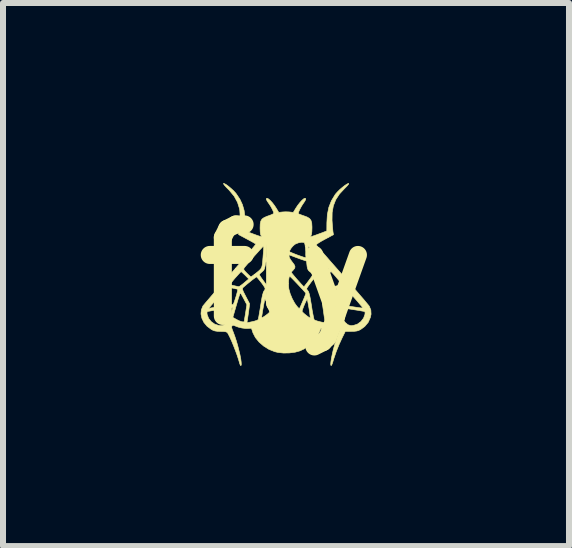
<source format=kicad_pcb>
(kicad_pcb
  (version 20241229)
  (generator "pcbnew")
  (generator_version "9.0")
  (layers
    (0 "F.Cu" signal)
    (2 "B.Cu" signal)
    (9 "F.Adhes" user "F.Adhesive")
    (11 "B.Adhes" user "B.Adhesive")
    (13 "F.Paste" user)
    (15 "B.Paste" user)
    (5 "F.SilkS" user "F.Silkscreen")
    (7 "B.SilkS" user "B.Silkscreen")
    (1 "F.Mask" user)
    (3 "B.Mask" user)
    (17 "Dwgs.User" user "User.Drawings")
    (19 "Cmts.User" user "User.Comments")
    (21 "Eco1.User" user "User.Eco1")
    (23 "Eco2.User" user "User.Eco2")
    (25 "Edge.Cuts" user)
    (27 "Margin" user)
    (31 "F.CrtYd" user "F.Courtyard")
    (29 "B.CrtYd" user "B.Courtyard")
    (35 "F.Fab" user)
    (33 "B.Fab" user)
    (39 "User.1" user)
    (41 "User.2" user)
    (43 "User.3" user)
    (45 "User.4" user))
  (footprint "fly"
    (layer "F.Cu")
    (at 1.713 1.522)
    (property "Reference" "fly" (at 0 0 0) (layer "F.SilkS") (effects (font (size 1.524 1.524) (thickness 0.3))))
    (attr through_hole)
    (fp_poly (pts (xy -1.025 -1.514) (xy -0.995 -1.497) (xy -0.957 -1.469) (xy -0.916 -1.434) (xy -0.875 -1.397) (xy -0.841 -1.36) (xy -0.828 -1.344) (xy -0.768 -1.254) (xy -0.726 -1.164) (xy -0.698 -1.067) (xy -0.684 -0.958) (xy -0.68 -0.868) (xy -0.679 -0.726) (xy -0.546 -0.676) (xy -0.481 -0.652) (xy -0.438 -0.638) (xy -0.413 -0.632) (xy -0.406 -0.636) (xy -0.414 -0.648) (xy -0.417 -0.65) (xy -0.425 -0.672) (xy -0.43 -0.714) (xy -0.432 -0.773) (xy -0.432 -0.776) (xy -0.43 -0.843) (xy -0.42 -0.89) (xy -0.4 -0.924) (xy -0.365 -0.949) (xy -0.312 -0.972) (xy -0.293 -0.978) (xy -0.25 -0.994) (xy -0.218 -1.009) (xy -0.204 -1.018) (xy -0.203 -1.019) (xy -0.21 -1.046) (xy -0.228 -1.086) (xy -0.253 -1.133) (xy -0.282 -1.178) (xy -0.286 -1.183) (xy -0.315 -1.226) (xy -0.328 -1.253) (xy -0.326 -1.267) (xy -0.314 -1.27) (xy -0.293 -1.26) (xy -0.262 -1.233) (xy -0.227 -1.195) (xy -0.192 -1.149) (xy -0.163 -1.105) (xy -0.121 -1.035) (xy -0.06 -1.042) (xy -0.007 -1.045) (xy 0.048 -1.043) (xy 0.06 -1.042) (xy 0.121 -1.035) (xy 0.163 -1.105) (xy 0.195 -1.153) (xy 0.231 -1.199) (xy 0.266 -1.237) (xy 0.295 -1.262) (xy 0.314 -1.27) (xy 0.328 -1.265) (xy 0.327 -1.249) (xy 0.31 -1.218) (xy 0.287 -1.184) (xy 0.26 -1.143) (xy 0.235 -1.097) (xy 0.215 -1.055) (xy 0.204 -1.024) (xy 0.203 -1.017) (xy 0.214 -1.009) (xy 0.244 -0.997) (xy 0.285 -0.982) (xy 0.292 -0.98) (xy 0.351 -0.958) (xy 0.391 -0.934) (xy 0.415 -0.903) (xy 0.428 -0.859) (xy 0.432 -0.796) (xy 0.432 -0.776) (xy 0.43 -0.716) (xy 0.425 -0.673) (xy 0.417 -0.651) (xy 0.417 -0.65) (xy 0.406 -0.637) (xy 0.411 -0.632) (xy 0.432 -0.636) (xy 0.472 -0.649) (xy 0.533 -0.671) (xy 0.546 -0.676) (xy 0.679 -0.726) (xy 0.68 -0.861) (xy 0.688 -0.999) (xy 0.713 -1.12) (xy 0.756 -1.229) (xy 0.817 -1.33) (xy 0.825 -1.341) (xy 0.856 -1.376) (xy 0.894 -1.414) (xy 0.937 -1.451) (xy 0.978 -1.483) (xy 1.013 -1.506) (xy 1.037 -1.517) (xy 1.044 -1.516) (xy 1.041 -1.505) (xy 1.022 -1.481) (xy 0.991 -1.449) (xy 0.973 -1.431) (xy 0.889 -1.341) (xy 0.828 -1.247) (xy 0.788 -1.145) (xy 0.768 -1.032) (xy 0.766 -0.903) (xy 0.767 -0.891) (xy 0.771 -0.829) (xy 0.776 -0.772) (xy 0.78 -0.728) (xy 0.782 -0.71) (xy 0.79 -0.664) (xy 0.642 -0.585) (xy 0.586 -0.554) (xy 0.542 -0.527) (xy 0.513 -0.506) (xy 0.502 -0.494) (xy 0.503 -0.494) (xy 0.512 -0.482) (xy 0.537 -0.453) (xy 0.576 -0.408) (xy 0.626 -0.35) (xy 0.687 -0.281) (xy 0.756 -0.201) (xy 0.833 -0.114) (xy 0.915 -0.021) (xy 0.937 0.004) (xy 1.02 0.1) (xy 1.099 0.19) (xy 1.172 0.274) (xy 1.237 0.35) (xy 1.293 0.414) (xy 1.336 0.466) (xy 1.367 0.503) (xy 1.383 0.523) (xy 1.385 0.525) (xy 1.412 0.59) (xy 1.416 0.66) (xy 1.404 0.715) (xy 1.368 0.796) (xy 1.31 0.865) (xy 1.247 0.911) (xy 1.212 0.93) (xy 1.178 0.94) (xy 1.137 0.945) (xy 1.087 0.946) (xy 0.987 0.947) (xy 0.934 1.054) (xy 0.884 1.163) (xy 0.836 1.282) (xy 0.796 1.399) (xy 0.78 1.452) (xy 0.768 1.489) (xy 0.756 1.512) (xy 0.749 1.516) (xy 0.744 1.495) (xy 0.747 1.455) (xy 0.755 1.399) (xy 0.769 1.33) (xy 0.786 1.254) (xy 0.808 1.175) (xy 0.831 1.095) (xy 0.856 1.02) (xy 0.872 0.978) (xy 0.892 0.925) (xy 0.902 0.89) (xy 0.905 0.869) (xy 0.899 0.856) (xy 0.898 0.854) (xy 0.881 0.844) (xy 0.86 0.849) (xy 0.844 0.857) (xy 0.794 0.876) (xy 0.733 0.89) (xy 0.672 0.898) (xy 0.623 0.897) (xy 0.595 0.894) (xy 0.579 0.9) (xy 0.568 0.922) (xy 0.561 0.943) (xy 0.523 1.028) (xy 0.464 1.108) (xy 0.388 1.18) (xy 0.299 1.239) (xy 0.231 1.271) (xy 0.151 1.293) (xy 0.057 1.305) (xy -0.041 1.307) (xy -0.134 1.297) (xy -0.188 1.284) (xy -0.284 1.246) (xy -0.372 1.191) (xy -0.448 1.125) (xy -0.509 1.051) (xy -0.55 0.972) (xy -0.558 0.948) (xy -0.569 0.913) (xy -0.58 0.896) (xy -0.598 0.894) (xy -0.622 0.897) (xy -0.672 0.898) (xy -0.734 0.89) (xy -0.796 0.875) (xy -0.844 0.857) (xy -0.872 0.845) (xy -0.889 0.847) (xy -0.898 0.854) (xy -0.905 0.867) (xy -0.905 0.886) (xy -0.895 0.917) (xy -0.876 0.966) (xy -0.852 1.031) (xy -0.828 1.104) (xy -0.805 1.182) (xy -0.785 1.261) (xy -0.767 1.336) (xy -0.754 1.403) (xy -0.747 1.458) (xy -0.745 1.498) (xy -0.75 1.516) (xy -0.759 1.512) (xy -0.769 1.489) (xy -0.774 1.472) (xy -0.792 1.411) (xy -0.816 1.338) (xy -0.845 1.259) (xy -0.876 1.18) (xy -0.907 1.105) (xy -0.937 1.04) (xy -0.962 0.991) (xy -0.973 0.972) (xy -0.986 0.96) (xy -1.007 0.952) (xy -1.041 0.948) (xy -1.089 0.947) (xy -1.144 0.945) (xy -1.184 0.939) (xy -1.218 0.927) (xy -1.247 0.911) (xy -1.315 0.86) (xy -1.367 0.798) (xy -1.401 0.728) (xy -1.416 0.657) (xy -1.414 0.629) (xy -1.317 0.629) (xy -1.315 0.659) (xy -1.314 0.664) (xy -1.289 0.73) (xy -1.244 0.786) (xy -1.185 0.827) (xy -1.118 0.848) (xy -1.087 0.851) (xy -1.053 0.847) (xy -1.026 0.834) (xy -0.995 0.805) (xy -0.991 0.801) (xy -0.958 0.756) (xy -0.938 0.713) (xy -0.886 0.713) (xy -0.821 0.75) (xy -0.78 0.77) (xy -0.742 0.784) (xy -0.712 0.789) (xy -0.698 0.785) (xy -0.698 0.784) (xy -0.695 0.771) (xy -0.69 0.738) (xy -0.682 0.691) (xy -0.674 0.641) (xy -0.652 0.502) (xy -0.704 0.403) (xy -0.728 0.359) (xy -0.747 0.325) (xy -0.76 0.307) (xy -0.762 0.305) (xy -0.767 0.317) (xy -0.778 0.349) (xy -0.794 0.397) (xy -0.812 0.458) (xy -0.827 0.509) (xy -0.886 0.713) (xy -0.938 0.713) (xy -0.931 0.698) (xy -0.917 0.653) (xy -0.904 0.608) (xy -0.895 0.572) (xy -0.891 0.554) (xy -0.892 0.552) (xy -0.905 0.553) (xy -0.938 0.557) (xy -0.986 0.563) (xy -1.044 0.572) (xy -1.106 0.581) (xy -1.167 0.591) (xy -1.223 0.6) (xy -1.268 0.608) (xy -1.297 0.613) (xy -1.305 0.615) (xy -1.317 0.629) (xy -1.414 0.629) (xy -1.41 0.586) (xy -1.4 0.563) (xy -1.288 0.563) (xy -1.244 0.555) (xy -1.214 0.55) (xy -1.166 0.543) (xy -1.106 0.534) (xy -1.045 0.526) (xy -0.985 0.517) (xy -0.934 0.508) (xy -0.897 0.501) (xy -0.88 0.497) (xy -0.88 0.497) (xy -0.872 0.482) (xy -0.86 0.45) (xy -0.846 0.407) (xy -0.831 0.36) (xy -0.818 0.313) (xy -0.808 0.275) (xy -0.803 0.251) (xy -0.804 0.246) (xy -0.818 0.241) (xy -0.85 0.234) (xy -0.859 0.232) (xy -0.726 0.232) (xy -0.723 0.252) (xy -0.711 0.284) (xy -0.687 0.331) (xy -0.671 0.362) (xy -0.606 0.487) (xy -0.62 0.596) (xy -0.628 0.653) (xy -0.636 0.706) (xy -0.642 0.747) (xy -0.643 0.754) (xy -0.651 0.803) (xy -0.608 0.794) (xy -0.565 0.785) (xy -0.519 0.774) (xy -0.518 0.773) (xy -0.486 0.763) (xy -0.466 0.752) (xy -0.464 0.75) (xy -0.46 0.735) (xy -0.456 0.716) (xy -0.406 0.716) (xy -0.397 0.717) (xy -0.373 0.704) (xy -0.339 0.681) (xy -0.301 0.652) (xy -0.277 0.629) (xy -0.269 0.612) (xy 0.267 0.612) (xy 0.276 0.626) (xy 0.299 0.648) (xy 0.329 0.673) (xy 0.36 0.697) (xy 0.386 0.715) (xy 0.401 0.72) (xy 0.402 0.72) (xy 0.402 0.706) (xy 0.398 0.672) (xy 0.392 0.624) (xy 0.383 0.566) (xy 0.373 0.508) (xy 0.364 0.459) (xy 0.357 0.425) (xy 0.352 0.412) (xy 0.345 0.419) (xy 0.332 0.444) (xy 0.315 0.481) (xy 0.297 0.522) (xy 0.282 0.562) (xy 0.271 0.594) (xy 0.267 0.612) (xy -0.269 0.612) (xy -0.267 0.608) (xy -0.267 0.606) (xy -0.271 0.587) (xy -0.283 0.554) (xy -0.299 0.514) (xy -0.317 0.474) (xy -0.334 0.439) (xy -0.347 0.417) (xy -0.353 0.412) (xy -0.357 0.426) (xy -0.363 0.458) (xy -0.372 0.504) (xy -0.381 0.556) (xy -0.391 0.61) (xy -0.398 0.658) (xy -0.404 0.696) (xy -0.406 0.716) (xy -0.456 0.716) (xy -0.453 0.698) (xy -0.444 0.646) (xy -0.433 0.581) (xy -0.425 0.532) (xy -0.412 0.448) (xy -0.401 0.385) (xy -0.391 0.339) (xy -0.381 0.306) (xy -0.328 0.306) (xy -0.325 0.322) (xy -0.314 0.356) (xy -0.296 0.403) (xy -0.278 0.447) (xy -0.223 0.575) (xy -0.181 0.526) (xy -0.152 0.487) (xy -0.121 0.437) (xy -0.101 0.399) (xy -0.059 0.29) (xy -0.041 0.185) (xy -0.042 0.149) (xy 0.042 0.149) (xy 0.043 0.197) (xy 0.047 0.238) (xy 0.048 0.243) (xy 0.069 0.319) (xy 0.103 0.401) (xy 0.144 0.476) (xy 0.179 0.525) (xy 0.202 0.551) (xy 0.219 0.567) (xy 0.223 0.569) (xy 0.229 0.556) (xy 0.243 0.526) (xy 0.262 0.482) (xy 0.278 0.445) (xy 0.3 0.394) (xy 0.317 0.351) (xy 0.328 0.322) (xy 0.33 0.313) (xy 0.322 0.301) (xy 0.3 0.275) (xy 0.267 0.238) (xy 0.265 0.237) (xy 0.343 0.237) (xy 0.35 0.252) (xy 0.366 0.272) (xy 0.377 0.291) (xy 0.388 0.326) (xy 0.4 0.38) (xy 0.413 0.454) (xy 0.424 0.52) (xy 0.435 0.593) (xy 0.447 0.657) (xy 0.457 0.708) (xy 0.465 0.742) (xy 0.469 0.754) (xy 0.487 0.762) (xy 0.521 0.774) (xy 0.562 0.785) (xy 0.602 0.794) (xy 0.633 0.799) (xy 0.633 0.799) (xy 0.644 0.793) (xy 0.646 0.77) (xy 0.644 0.752) (xy 0.638 0.717) (xy 0.631 0.667) (xy 0.623 0.61) (xy 0.621 0.596) (xy 0.606 0.491) (xy 0.655 0.491) (xy 0.671 0.612) (xy 0.681 0.682) (xy 0.688 0.73) (xy 0.696 0.761) (xy 0.704 0.778) (xy 0.715 0.786) (xy 0.728 0.787) (xy 0.729 0.787) (xy 0.754 0.781) (xy 0.792 0.765) (xy 0.821 0.75) (xy 0.886 0.712) (xy 0.84 0.551) (xy 0.893 0.551) (xy 0.895 0.564) (xy 0.902 0.595) (xy 0.913 0.638) (xy 0.917 0.652) (xy 0.947 0.734) (xy 0.984 0.796) (xy 1.029 0.835) (xy 1.079 0.851) (xy 1.086 0.851) (xy 1.128 0.845) (xy 1.176 0.83) (xy 1.191 0.824) (xy 1.247 0.783) (xy 1.291 0.726) (xy 1.314 0.664) (xy 1.317 0.631) (xy 1.307 0.616) (xy 1.305 0.615) (xy 1.287 0.611) (xy 1.251 0.605) (xy 1.201 0.596) (xy 1.142 0.587) (xy 1.08 0.577) (xy 1.019 0.568) (xy 0.965 0.56) (xy 0.923 0.554) (xy 0.898 0.551) (xy 0.893 0.551) (xy 0.84 0.551) (xy 0.827 0.509) (xy 0.807 0.441) (xy 0.79 0.383) (xy 0.775 0.339) (xy 0.765 0.311) (xy 0.762 0.305) (xy 0.753 0.315) (xy 0.736 0.343) (xy 0.714 0.383) (xy 0.705 0.398) (xy 0.655 0.491) (xy 0.606 0.491) (xy 0.605 0.487) (xy 0.671 0.362) (xy 0.697 0.312) (xy 0.719 0.271) (xy 0.731 0.246) (xy 0.803 0.246) (xy 0.804 0.26) (xy 0.812 0.292) (xy 0.824 0.334) (xy 0.838 0.381) (xy 0.853 0.427) (xy 0.866 0.464) (xy 0.876 0.486) (xy 0.878 0.489) (xy 0.894 0.495) (xy 0.931 0.504) (xy 0.983 0.515) (xy 1.045 0.526) (xy 1.064 0.529) (xy 1.145 0.541) (xy 1.203 0.55) (xy 1.242 0.555) (xy 1.265 0.556) (xy 1.273 0.552) (xy 1.271 0.543) (xy 1.261 0.53) (xy 1.25 0.518) (xy 1.185 0.441) (xy 1.124 0.372) (xy 1.07 0.312) (xy 1.024 0.265) (xy 0.99 0.233) (xy 0.969 0.217) (xy 0.965 0.216) (xy 0.94 0.218) (xy 0.904 0.224) (xy 0.863 0.231) (xy 0.828 0.239) (xy 0.806 0.245) (xy 0.803 0.246) (xy 0.731 0.246) (xy 0.732 0.243) (xy 0.737 0.234) (xy 0.727 0.224) (xy 0.703 0.203) (xy 0.667 0.173) (xy 0.626 0.14) (xy 0.583 0.106) (xy 0.544 0.075) (xy 0.541 0.073) (xy 0.621 0.073) (xy 0.699 0.138) (xy 0.743 0.172) (xy 0.777 0.193) (xy 0.798 0.198) (xy 0.798 0.198) (xy 0.824 0.192) (xy 0.861 0.185) (xy 0.87 0.183) (xy 0.904 0.176) (xy 0.928 0.17) (xy 0.931 0.169) (xy 0.926 0.158) (xy 0.908 0.134) (xy 0.882 0.099) (xy 0.85 0.061) (xy 0.817 0.022) (xy 0.786 -0.013) (xy 0.763 -0.037) (xy 0.75 -0.048) (xy 0.738 -0.041) (xy 0.714 -0.02) (xy 0.682 0.01) (xy 0.681 0.011) (xy 0.621 0.073) (xy 0.541 0.073) (xy 0.513 0.052) (xy 0.495 0.039) (xy 0.492 0.038) (xy 0.481 0.048) (xy 0.46 0.072) (xy 0.432 0.107) (xy 0.403 0.146) (xy 0.375 0.184) (xy 0.354 0.215) (xy 0.343 0.234) (xy 0.343 0.237) (xy 0.265 0.237) (xy 0.227 0.196) (xy 0.185 0.151) (xy 0.144 0.108) (xy 0.107 0.07) (xy 0.079 0.043) (xy 0.063 0.029) (xy 0.061 0.028) (xy 0.054 0.036) (xy 0.048 0.063) (xy 0.043 0.103) (xy 0.042 0.149) (xy -0.042 0.149) (xy -0.043 0.11) (xy -0.048 0.069) (xy -0.053 0.039) (xy -0.056 0.029) (xy -0.066 0.036) (xy -0.089 0.057) (xy -0.123 0.09) (xy -0.163 0.129) (xy -0.205 0.172) (xy -0.246 0.215) (xy -0.283 0.254) (xy -0.311 0.284) (xy -0.326 0.303) (xy -0.328 0.306) (xy -0.381 0.306) (xy -0.381 0.305) (xy -0.371 0.28) (xy -0.358 0.259) (xy -0.353 0.252) (xy -0.348 0.239) (xy -0.352 0.221) (xy -0.368 0.194) (xy -0.396 0.153) (xy -0.411 0.134) (xy -0.443 0.093) (xy -0.47 0.06) (xy -0.488 0.041) (xy -0.493 0.038) (xy -0.505 0.046) (xy -0.532 0.066) (xy -0.569 0.094) (xy -0.611 0.128) (xy -0.653 0.162) (xy -0.689 0.193) (xy -0.717 0.217) (xy -0.721 0.221) (xy -0.726 0.232) (xy -0.859 0.232) (xy -0.889 0.226) (xy -0.928 0.22) (xy -0.958 0.216) (xy -0.965 0.216) (xy -0.981 0.225) (xy -1.011 0.253) (xy -1.053 0.296) (xy -1.106 0.352) (xy -1.167 0.421) (xy -1.234 0.499) (xy -1.257 0.526) (xy -1.288 0.563) (xy -1.4 0.563) (xy -1.385 0.525) (xy -1.372 0.509) (xy -1.344 0.475) (xy -1.303 0.427) (xy -1.25 0.365) (xy -1.187 0.292) (xy -1.115 0.209) (xy -1.079 0.167) (xy -0.928 0.167) (xy -0.925 0.171) (xy -0.905 0.176) (xy -0.869 0.184) (xy -0.83 0.193) (xy -0.797 0.2) (xy -0.785 0.202) (xy -0.772 0.195) (xy -0.744 0.175) (xy -0.708 0.147) (xy -0.698 0.138) (xy -0.62 0.073) (xy -0.681 0.011) (xy -0.713 -0.019) (xy -0.737 -0.041) (xy -0.75 -0.048) (xy -0.75 -0.048) (xy -0.761 -0.037) (xy -0.785 -0.012) (xy -0.818 0.025) (xy -0.85 0.06) (xy -0.893 0.112) (xy -0.919 0.148) (xy -0.928 0.167) (xy -1.079 0.167) (xy -1.037 0.12) (xy -0.954 0.024) (xy -0.928 -0.005) (xy -0.848 -0.096) (xy -0.704 -0.096) (xy -0.702 -0.081) (xy -0.687 -0.06) (xy -0.656 -0.027) (xy -0.653 -0.024) (xy -0.621 0.007) (xy -0.597 0.029) (xy -0.585 0.038) (xy -0.585 0.038) (xy -0.572 0.031) (xy -0.546 0.012) (xy -0.532 0.001) (xy -0.445 0.001) (xy -0.437 0.016) (xy -0.418 0.046) (xy -0.39 0.086) (xy -0.372 0.11) (xy -0.299 0.207) (xy -0.194 0.094) (xy -0.154 0.049) (xy -0.121 0.011) (xy -0.098 -0.016) (xy -0.089 -0.03) (xy -0.089 -0.03) (xy -0.097 -0.046) (xy -0.115 -0.072) (xy -0.121 -0.079) (xy -0.141 -0.107) (xy -0.152 -0.13) (xy -0.152 -0.134) (xy -0.145 -0.152) (xy -0.124 -0.182) (xy -0.102 -0.21) (xy -0.073 -0.247) (xy -0.055 -0.282) (xy -0.051 -0.299) (xy -0.051 -0.301) (xy 0.051 -0.301) (xy 0.059 -0.276) (xy 0.079 -0.242) (xy 0.102 -0.211) (xy 0.135 -0.167) (xy 0.149 -0.135) (xy 0.146 -0.108) (xy 0.126 -0.082) (xy 0.121 -0.076) (xy 0.099 -0.053) (xy 0.089 -0.036) (xy 0.089 -0.035) (xy 0.097 -0.023) (xy 0.118 0.003) (xy 0.148 0.039) (xy 0.183 0.08) (xy 0.22 0.121) (xy 0.253 0.158) (xy 0.28 0.186) (xy 0.296 0.202) (xy 0.299 0.203) (xy 0.307 0.194) (xy 0.327 0.168) (xy 0.355 0.132) (xy 0.373 0.108) (xy 0.404 0.066) (xy 0.429 0.03) (xy 0.442 0.007) (xy 0.445 0.001) (xy 0.435 -0.014) (xy 0.412 -0.036) (xy 0.401 -0.044) (xy 0.375 -0.067) (xy 0.361 -0.092) (xy 0.352 -0.128) (xy 0.349 -0.151) (xy 0.341 -0.224) (xy 0.282 -0.244) (xy 0.238 -0.259) (xy 0.183 -0.279) (xy 0.137 -0.296) (xy 0.051 -0.329) (xy 0.051 -0.301) (xy -0.051 -0.301) (xy -0.051 -0.329) (xy -0.137 -0.297) (xy -0.19 -0.277) (xy -0.243 -0.257) (xy -0.279 -0.243) (xy -0.312 -0.23) (xy -0.33 -0.215) (xy -0.34 -0.192) (xy -0.347 -0.153) (xy -0.347 -0.149) (xy -0.357 -0.104) (xy -0.37 -0.074) (xy -0.394 -0.05) (xy -0.401 -0.044) (xy -0.428 -0.021) (xy -0.443 -0.003) (xy -0.445 0.001) (xy -0.532 0.001) (xy -0.521 -0.007) (xy -0.474 -0.044) (xy -0.441 -0.072) (xy -0.419 -0.097) (xy -0.405 -0.123) (xy -0.396 -0.158) (xy -0.39 -0.205) (xy -0.385 -0.27) (xy -0.383 -0.292) (xy -0.382 -0.307) (xy -0.331 -0.307) (xy -0.33 -0.284) (xy -0.328 -0.279) (xy -0.313 -0.283) (xy -0.279 -0.294) (xy -0.233 -0.311) (xy -0.197 -0.324) (xy -0.144 -0.343) (xy -0.101 -0.359) (xy -0.071 -0.371) (xy -0.063 -0.375) (xy -0.059 -0.387) (xy 0.058 -0.387) (xy 0.06 -0.379) (xy 0.076 -0.371) (xy 0.11 -0.357) (xy 0.154 -0.339) (xy 0.204 -0.32) (xy 0.253 -0.303) (xy 0.294 -0.289) (xy 0.322 -0.281) (xy 0.327 -0.28) (xy 0.338 -0.29) (xy 0.337 -0.308) (xy 0.334 -0.334) (xy 0.329 -0.377) (xy 0.324 -0.428) (xy 0.324 -0.434) (xy 0.322 -0.449) (xy 0.372 -0.449) (xy 0.374 -0.411) (xy 0.378 -0.358) (xy 0.383 -0.295) (xy 0.384 -0.28) (xy 0.4 -0.109) (xy 0.488 -0.036) (xy 0.527 -0.003) (xy 0.56 0.022) (xy 0.58 0.036) (xy 0.583 0.038) (xy 0.596 0.03) (xy 0.62 0.008) (xy 0.652 -0.023) (xy 0.653 -0.024) (xy 0.685 -0.058) (xy 0.701 -0.08) (xy 0.705 -0.095) (xy 0.698 -0.11) (xy 0.697 -0.111) (xy 0.674 -0.141) (xy 0.64 -0.181) (xy 0.6 -0.228) (xy 0.555 -0.278) (xy 0.509 -0.329) (xy 0.465 -0.376) (xy 0.427 -0.417) (xy 0.396 -0.448) (xy 0.377 -0.465) (xy 0.372 -0.467) (xy 0.372 -0.449) (xy 0.322 -0.449) (xy 0.318 -0.485) (xy 0.312 -0.515) (xy 0.303 -0.531) (xy 0.291 -0.537) (xy 0.253 -0.538) (xy 0.205 -0.528) (xy 0.159 -0.51) (xy 0.141 -0.498) (xy 0.112 -0.472) (xy 0.086 -0.441) (xy 0.067 -0.41) (xy 0.058 -0.387) (xy -0.059 -0.387) (xy -0.058 -0.391) (xy -0.068 -0.418) (xy -0.091 -0.449) (xy -0.121 -0.481) (xy -0.155 -0.508) (xy -0.169 -0.516) (xy -0.2 -0.527) (xy -0.238 -0.535) (xy -0.276 -0.538) (xy -0.303 -0.536) (xy -0.31 -0.533) (xy -0.314 -0.517) (xy -0.319 -0.485) (xy -0.324 -0.441) (xy -0.327 -0.392) (xy -0.33 -0.345) (xy -0.331 -0.307) (xy -0.382 -0.307) (xy -0.378 -0.357) (xy -0.374 -0.412) (xy -0.372 -0.453) (xy -0.371 -0.475) (xy -0.372 -0.478) (xy -0.381 -0.47) (xy -0.403 -0.446) (xy -0.436 -0.411) (xy -0.476 -0.366) (xy -0.521 -0.316) (xy -0.566 -0.265) (xy -0.609 -0.215) (xy -0.647 -0.171) (xy -0.677 -0.136) (xy -0.696 -0.113) (xy -0.697 -0.111) (xy -0.704 -0.096) (xy -0.848 -0.096) (xy -0.845 -0.1) (xy -0.767 -0.19) (xy -0.696 -0.272) (xy -0.635 -0.345) (xy -0.583 -0.406) (xy -0.543 -0.455) (xy -0.516 -0.489) (xy -0.504 -0.507) (xy -0.504 -0.509) (xy -0.519 -0.518) (xy -0.551 -0.537) (xy -0.596 -0.562) (xy -0.65 -0.591) (xy -0.652 -0.592) (xy -0.79 -0.666) (xy -0.782 -0.711) (xy -0.774 -0.779) (xy -0.768 -0.856) (xy -0.766 -0.935) (xy -0.766 -1.008) (xy -0.77 -1.068) (xy -0.774 -1.095) (xy -0.808 -1.203) (xy -0.863 -1.304) (xy -0.943 -1.401) (xy -0.96 -1.419) (xy -0.998 -1.457) (xy -1.026 -1.489) (xy -1.041 -1.511) (xy -1.042 -1.517) (xy -1.025 -1.514)) (stroke (width 0.01) (type solid)) (fill yes) (layer "F.SilkS")))
  (gr_rect
    (start -3 -3)
    (end 6.425 6.043)
    (stroke (width 0.1) (type default))
    (fill no)
    (layer "Edge.Cuts")))
</source>
